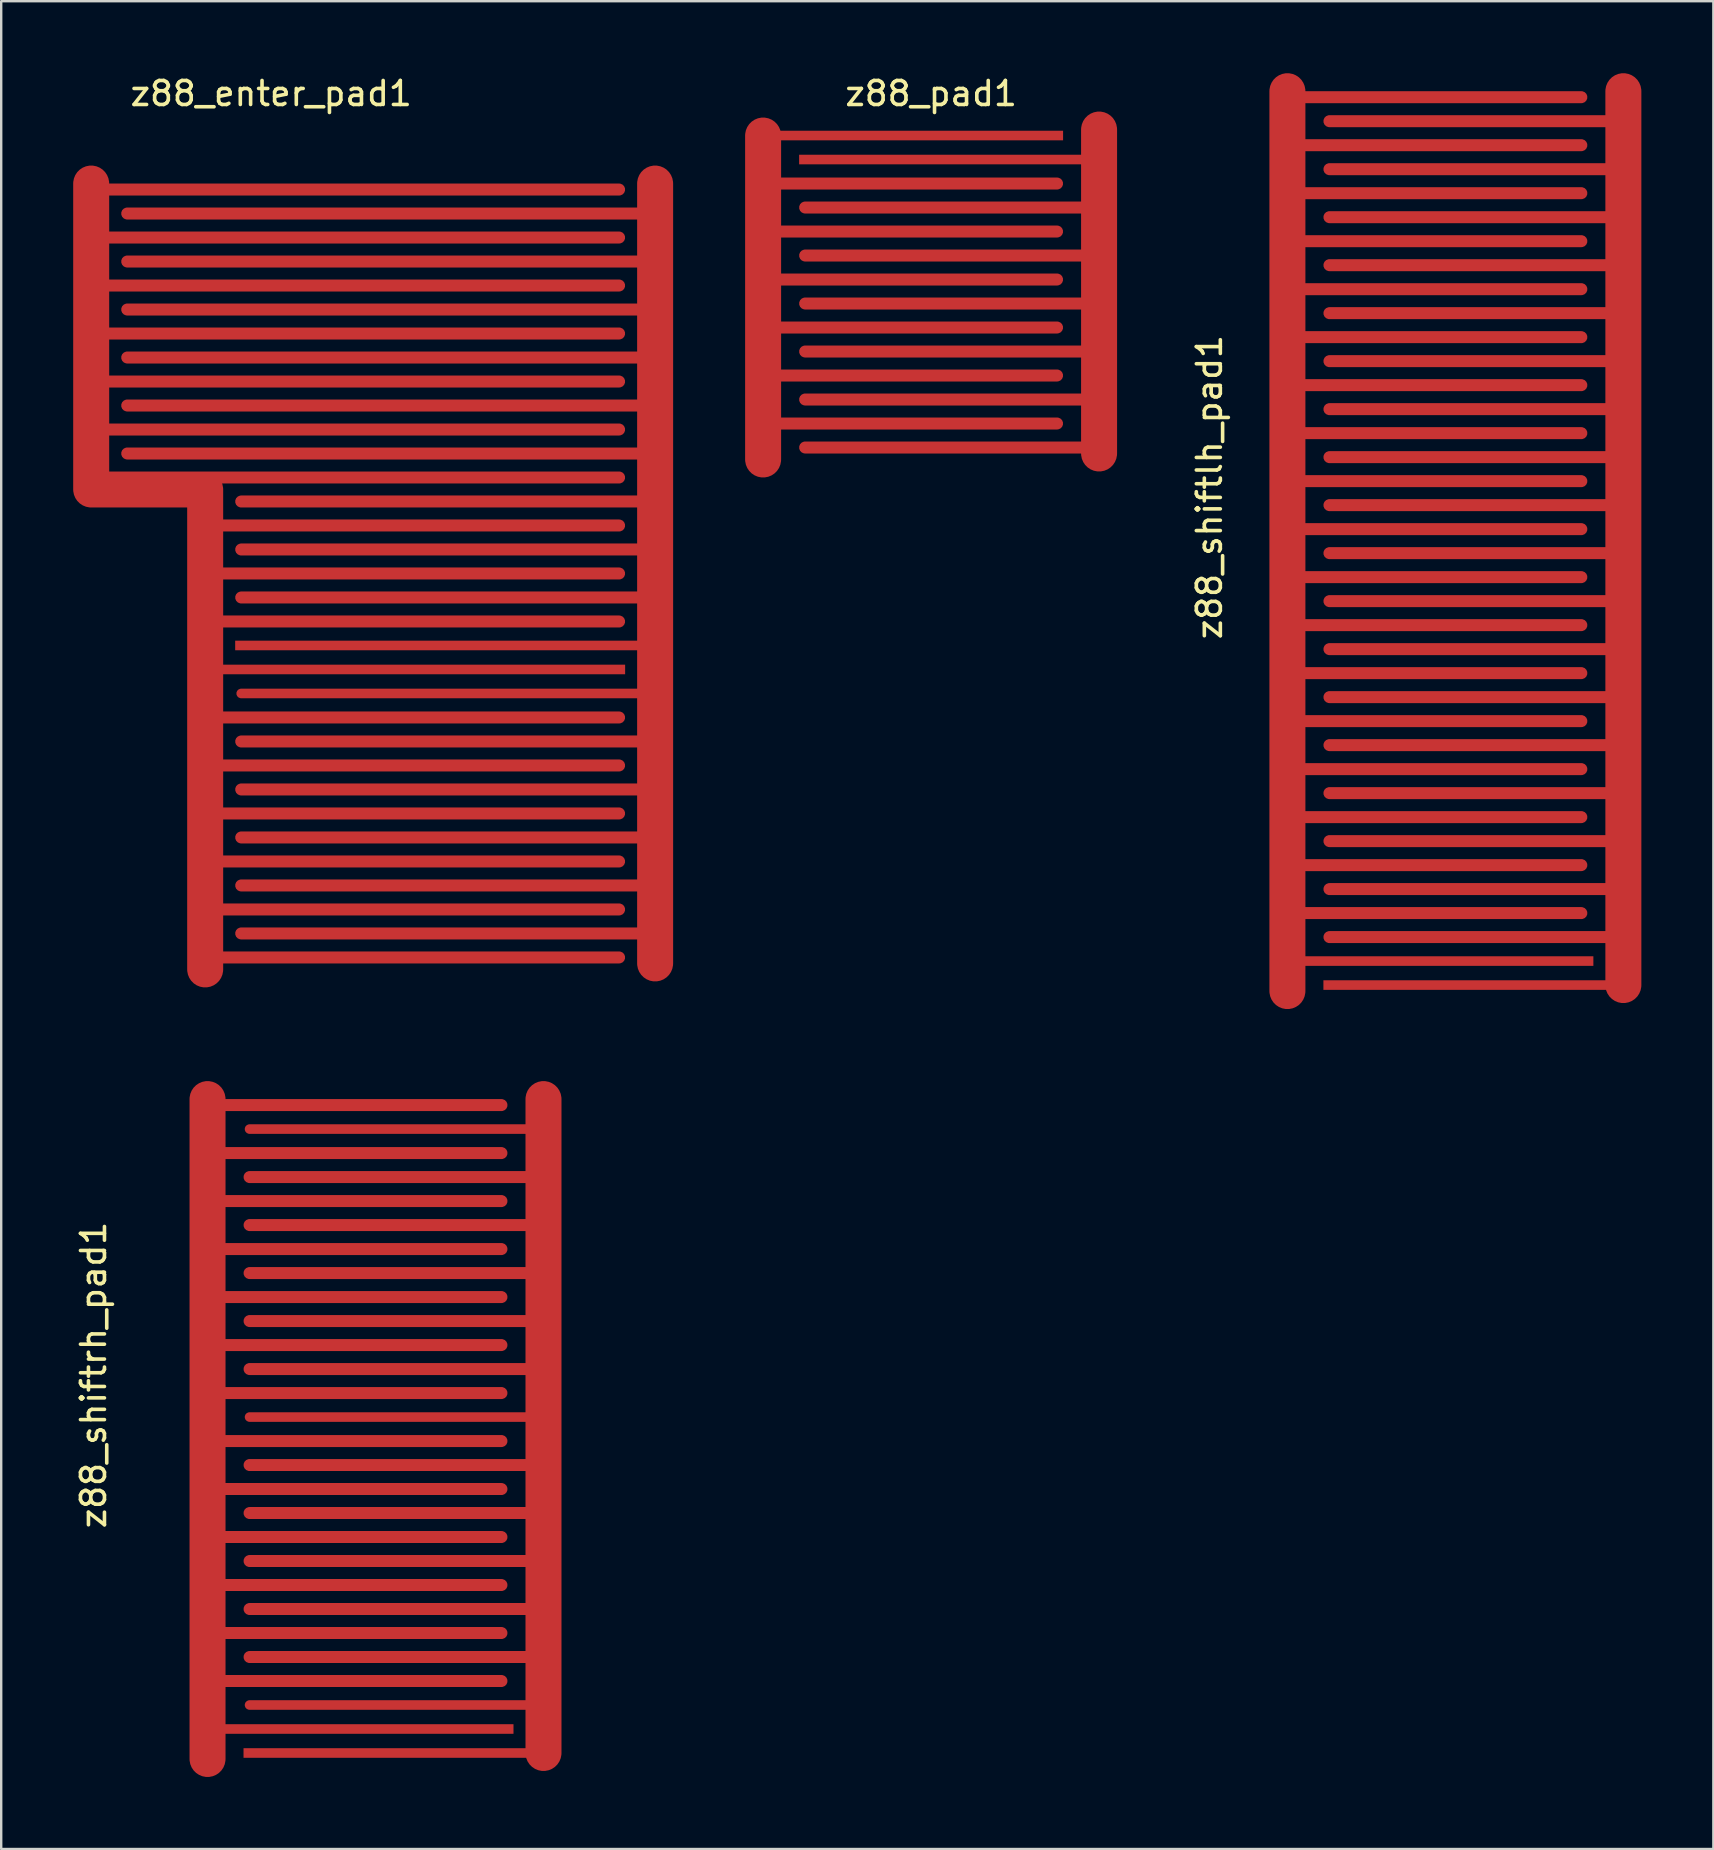
<source format=kicad_pcb>
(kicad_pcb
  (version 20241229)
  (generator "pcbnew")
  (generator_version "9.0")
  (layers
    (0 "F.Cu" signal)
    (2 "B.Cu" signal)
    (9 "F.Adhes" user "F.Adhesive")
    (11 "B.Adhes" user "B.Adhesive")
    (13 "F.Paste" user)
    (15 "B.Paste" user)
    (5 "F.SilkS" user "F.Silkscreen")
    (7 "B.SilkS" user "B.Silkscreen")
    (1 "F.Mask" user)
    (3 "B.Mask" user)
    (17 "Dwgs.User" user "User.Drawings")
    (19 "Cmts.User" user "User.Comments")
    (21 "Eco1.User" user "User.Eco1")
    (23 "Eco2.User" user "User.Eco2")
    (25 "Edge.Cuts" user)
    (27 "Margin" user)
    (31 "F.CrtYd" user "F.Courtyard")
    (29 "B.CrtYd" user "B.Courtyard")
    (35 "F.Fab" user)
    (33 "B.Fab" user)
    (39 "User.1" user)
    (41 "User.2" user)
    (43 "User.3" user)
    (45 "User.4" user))
  (footprint "z88_pad1"
    (layer "F.Cu")
    (at 35.75 9.348)
    (property "Reference" "z88_pad1" (at 0 -8.5 0) (layer "F.SilkS") (effects (font (size 1 1) (thickness 0.15))))
    (attr through_hole)
    (pad "1" smd custom (at -0.5 -6.75) (size 12 0.4) (layers "F.Cu" "F.Mask" "F.Paste") (options (anchor rect)) (primitives (gr_line (start -5.75 6) (end 5.75 6) (width 0.5)) (gr_line (start -5.75 10) (end 5.75 10) (width 0.5)) (gr_line (start -6.5 0) (end -6.5 13.5) (width 1.5)) (gr_line (start -5.75 4) (end 5.75 4) (width 0.5)) (gr_line (start -5.75 8) (end 5.75 8) (width 0.5)) (gr_line (start -5.75 2) (end 5.75 2) (width 0.5)) (gr_line (start -5.75 12) (end 5.75 12) (width 0.5))))
    (pad "2" smd custom (at 0.5 -5.75) (size 12 0.4) (layers "F.Cu" "F.Mask" "F.Paste") (options (anchor rect)) (primitives (gr_line (start 6.5 -1.25) (end 6.5 12.25) (width 1.5)) (gr_line (start -5.75 6) (end 5.75 6) (width 0.5)) (gr_line (start -5.75 10) (end 5.75 10) (width 0.5)) (gr_line (start -5.75 8) (end 5.75 8) (width 0.5)) (gr_line (start -5.75 12) (end 5.75 12) (width 0.5)) (gr_line (start -5.75 4) (end 5.75 4) (width 0.5)) (gr_line (start -5.75 2) (end 5.75 2) (width 0.5)))))
  (footprint "z88_shiftlh_pad1"
    (layer "F.Cu")
    (at 58.348 17.25)
    (property "Reference" "z88_shiftlh_pad1" (at -11 0 90) (layer "F.SilkS") (effects (font (size 1 1) (thickness 0.15))))
    (attr through_hole)
    (pad "1" smd custom (at -0.25 20.75) (size 12 0.4) (layers "F.Cu" "F.Mask" "F.Paste") (options (anchor rect)) (primitives (gr_line (start 5.75 -20) (end -5.75 -20) (width 0.5)) (gr_line (start 5.75 -16) (end -5.75 -16) (width 0.5)) (gr_line (start 5.75 -36) (end -5.75 -36) (width 0.5)) (gr_line (start 6.5 -24) (end 6.5 -37.25) (width 1.5)) (gr_line (start 5.75 -30) (end -5.75 -30) (width 0.5)) (gr_line (start 6.25 -2) (end -5.75 -2) (width 0.5)) (gr_line (start 5.75 -6) (end -5.75 -6) (width 0.5)) (gr_line (start 5.75 -12) (end -5.75 -12) (width 0.5)) (gr_line (start 5.75 -28) (end -5.75 -28) (width 0.5)) (gr_line (start 6.5 0) (end 6.5 -13.5) (width 1.5)) (gr_line (start 6.25 -14) (end -5.75 -14) (width 0.5)) (gr_line (start 5.75 -22) (end -5.75 -22) (width 0.5)) (gr_line (start 6.5 -12) (end 6.5 -25.5) (width 1.5)) (gr_line (start 5.75 -34) (end -5.75 -34) (width 0.5)) (gr_line (start 5.75 -8) (end -5.75 -8) (width 0.5)) (gr_line (start 5.75 -32) (end -5.75 -32) (width 0.5)) (gr_line (start 5.75 -18) (end -5.75 -18) (width 0.5)) (gr_line (start 5.75 -4) (end -5.75 -4) (width 0.5)) (gr_line (start 6.25 -26) (end -5.75 -26) (width 0.5)) (gr_line (start 5.75 -24) (end -5.75 -24) (width 0.5)) (gr_line (start 5.75 -10) (end -5.75 -10) (width 0.5))))
    (pad "2" smd custom (at -1 19.75) (size 12 0.4) (layers "F.Cu" "F.Mask" "F.Paste") (options (anchor rect)) (primitives (gr_line (start 5.5 -24) (end -6 -24) (width 0.5)) (gr_line (start 5.5 -18) (end -6 -18) (width 0.5)) (gr_line (start 5.5 -22) (end -6 -22) (width 0.5)) (gr_line (start -6.75 -22.75) (end -6.75 -36.25) (width 1.5)) (gr_line (start 5.5 -28) (end -6 -28) (width 0.5)) (gr_line (start -6.75 1.25) (end -6.75 -12.25) (width 1.5)) (gr_line (start 5.5 -14) (end -6 -14) (width 0.5)) (gr_line (start 5.5 -6) (end -6 -6) (width 0.5)) (gr_line (start 5.5 -34) (end -6 -34) (width 0.5)) (gr_line (start 5.5 -8) (end -6 -8) (width 0.5)) (gr_line (start 5.5 -12) (end -6 -12) (width 0.5)) (gr_line (start 5.5 -4) (end -6 -4) (width 0.5)) (gr_line (start 5.5 -10) (end -6 -10) (width 0.5)) (gr_line (start 5.5 -30) (end -6 -30) (width 0.5)) (gr_line (start 5.5 -32) (end -6 -32) (width 0.5)) (gr_line (start 5.5 -36) (end -6 -36) (width 0.5)) (gr_line (start 5.5 -16) (end -6 -16) (width 0.5)) (gr_line (start 5.5 -26) (end -6 -26) (width 0.5)) (gr_line (start 5.5 -2) (end -6 -2) (width 0.5)) (gr_line (start -6.75 -10.75) (end -6.75 -24.25) (width 1.5)) (gr_line (start 5.5 -20) (end -6 -20) (width 0.5)))))
  (footprint "z88_enter_pad1"
    (layer "F.Cu")
    (at 12.5 30.598)
    (property "Reference" "z88_enter_pad1" (at -4.25 -29.75 0) (layer "F.SilkS") (effects (font (size 1 1) (thickness 0.15))))
    (attr through_hole)
    (pad "1" smd custom (at 3.25 -6.75) (size 18 0.4) (layers "F.Cu" "F.Mask" "F.Paste") (options (anchor rect)) (primitives (gr_line (start -8.75 12) (end 7.75 12) (width 0.5)) (gr_line (start -8.75 2) (end 7.75 2) (width 0.4)) (gr_line (start -8.75 -4) (end 7.75 -4) (width 0.5)) (gr_line (start 8.5 -19.25) (end 8.5 13.25) (width 1.5)) (gr_line (start -8.75 8) (end 7.75 8) (width 0.5)) (gr_line (start -13.5 -8) (end 7.75 -8) (width 0.5)) (gr_line (start -13.5 -10) (end 8.25 -10) (width 0.5)) (gr_line (start -8.75 6) (end 7.75 6) (width 0.5)) (gr_line (start -8.75 -6) (end 7.75 -6) (width 0.5)) (gr_line (start -13.5 -18) (end 8 -18) (width 0.5)) (gr_line (start -13.5 -14) (end 7.75 -14) (width 0.5)) (gr_line (start -8.75 -2) (end 7.75 -2) (width 0.5)) (gr_line (start -8.75 10) (end 7.75 10) (width 0.5)) (gr_line (start -8.75 4) (end 7.75 4) (width 0.5)) (gr_line (start -13.5 -16) (end 7.75 -16) (width 0.5)) (gr_line (start -13.5 -12) (end 7.75 -12) (width 0.5))))
    (pad "2" smd custom (at 1.5 -5.75) (size 18 0.4) (layers "F.Cu" "F.Mask" "F.Paste") (options (anchor rect)) (primitives (gr_line (start -7.75 -2) (end 8.75 -2) (width 0.5)) (gr_line (start -7.75 12) (end 8.75 12) (width 0.5)) (gr_line (start -12.5 -20) (end 8.75 -20) (width 0.5)) (gr_line (start -12.5 -14) (end 8.75 -14) (width 0.5)) (gr_line (start -12.5 -12) (end 8.75 -12) (width 0.5)) (gr_line (start -8.75 -8) (end 8.75 -8) (width 0.5)) (gr_line (start -12.5 -16) (end 8.75 -16) (width 0.5)) (gr_line (start -7.75 8) (end 8.75 8) (width 0.5)) (gr_line (start -7.75 4) (end 8.75 4) (width 0.5)) (gr_line (start -12.5 -10) (end 8.75 -10) (width 0.5)) (gr_line (start -7.75 -4) (end 8.75 -4) (width 0.5)) (gr_line (start -7.75 -6) (end 8.75 -6) (width 0.5)) (gr_line (start -13.25 -7.5) (end -8.5 -7.5) (width 1.5)) (gr_line (start -8.5 -7.5) (end -8.5 12.5) (width 1.5)) (gr_line (start -12.5 -18) (end 8.75 -18) (width 0.5)) (gr_line (start -7.75 10) (end 8.75 10) (width 0.5)) (gr_line (start -13.25 -20.25) (end -13.25 -7.5) (width 1.5)) (gr_line (start -7.75 6) (end 8.75 6) (width 0.5)) (gr_line (start -7.75 2) (end 8.75 2) (width 0.5)))))
  (footprint "z88_shiftrh_pad1"
    (layer "F.Cu")
    (at 13.098 53.75)
    (property "Reference" "z88_shiftrh_pad1" (at -12.25 0.5 90) (layer "F.SilkS") (effects (font (size 1 1) (thickness 0.15))))
    (attr through_hole)
    (pad "1" smd custom (at 0 16.25) (size 12 0.4) (layers "F.Cu" "F.Mask" "F.Paste") (options (anchor rect)) (primitives (gr_line (start 6.25 -26) (end -5.75 -26) (width 0.4)) (gr_line (start 5.75 -18) (end -5.75 -18) (width 0.5)) (gr_line (start 5.75 -4) (end -5.75 -4) (width 0.5)) (gr_line (start 5.75 -6) (end -5.75 -6) (width 0.5)) (gr_line (start 5.75 -12) (end -5.75 -12) (width 0.5)) (gr_line (start 5.75 -16) (end -5.75 -16) (width 0.5)) (gr_line (start 5.75 -22) (end -5.75 -22) (width 0.5)) (gr_line (start 6.5 -12) (end 6.5 -27.25) (width 1.5)) (gr_line (start 5.75 -10) (end -5.75 -10) (width 0.5)) (gr_line (start 6.25 -2) (end -5.75 -2) (width 0.4)) (gr_line (start 5.75 -8) (end -5.75 -8) (width 0.5)) (gr_line (start 6.5 0) (end 6.5 -13.5) (width 1.5)) (gr_line (start 6.25 -14) (end -5.75 -14) (width 0.4)) (gr_line (start 5.75 -24) (end -5.75 -24) (width 0.5)) (gr_line (start 5.75 -20) (end -5.75 -20) (width 0.5))))
    (pad "2" smd custom (at -0.75 15.25) (size 12 0.4) (layers "F.Cu" "F.Mask" "F.Paste") (options (anchor rect)) (primitives (gr_line (start 5.5 -2) (end -6 -2) (width 0.5)) (gr_line (start 5.5 -24) (end -6 -24) (width 0.5)) (gr_line (start 5.5 -18) (end -6 -18) (width 0.5)) (gr_line (start 5.5 -22) (end -6 -22) (width 0.5)) (gr_line (start 5.5 -6) (end -6 -6) (width 0.5)) (gr_line (start -6.75 -10.75) (end -6.75 -26.25) (width 1.5)) (gr_line (start 5.5 -14) (end -6 -14) (width 0.5)) (gr_line (start -6.75 1.25) (end -6.75 -12.25) (width 1.5)) (gr_line (start 5.5 -4) (end -6 -4) (width 0.5)) (gr_line (start 5.5 -10) (end -6 -10) (width 0.5)) (gr_line (start 5.5 -8) (end -6 -8) (width 0.5)) (gr_line (start 5.5 -12) (end -6 -12) (width 0.5)) (gr_line (start 5.5 -16) (end -6 -16) (width 0.5)) (gr_line (start 5.5 -26) (end -6 -26) (width 0.5)) (gr_line (start 5.5 -20) (end -6 -20) (width 0.5)))))
  (gr_rect
    (start -3 -3)
    (end 68.348 74)
    (stroke (width 0.1) (type default))
    (fill no)
    (layer "Edge.Cuts")))
</source>
